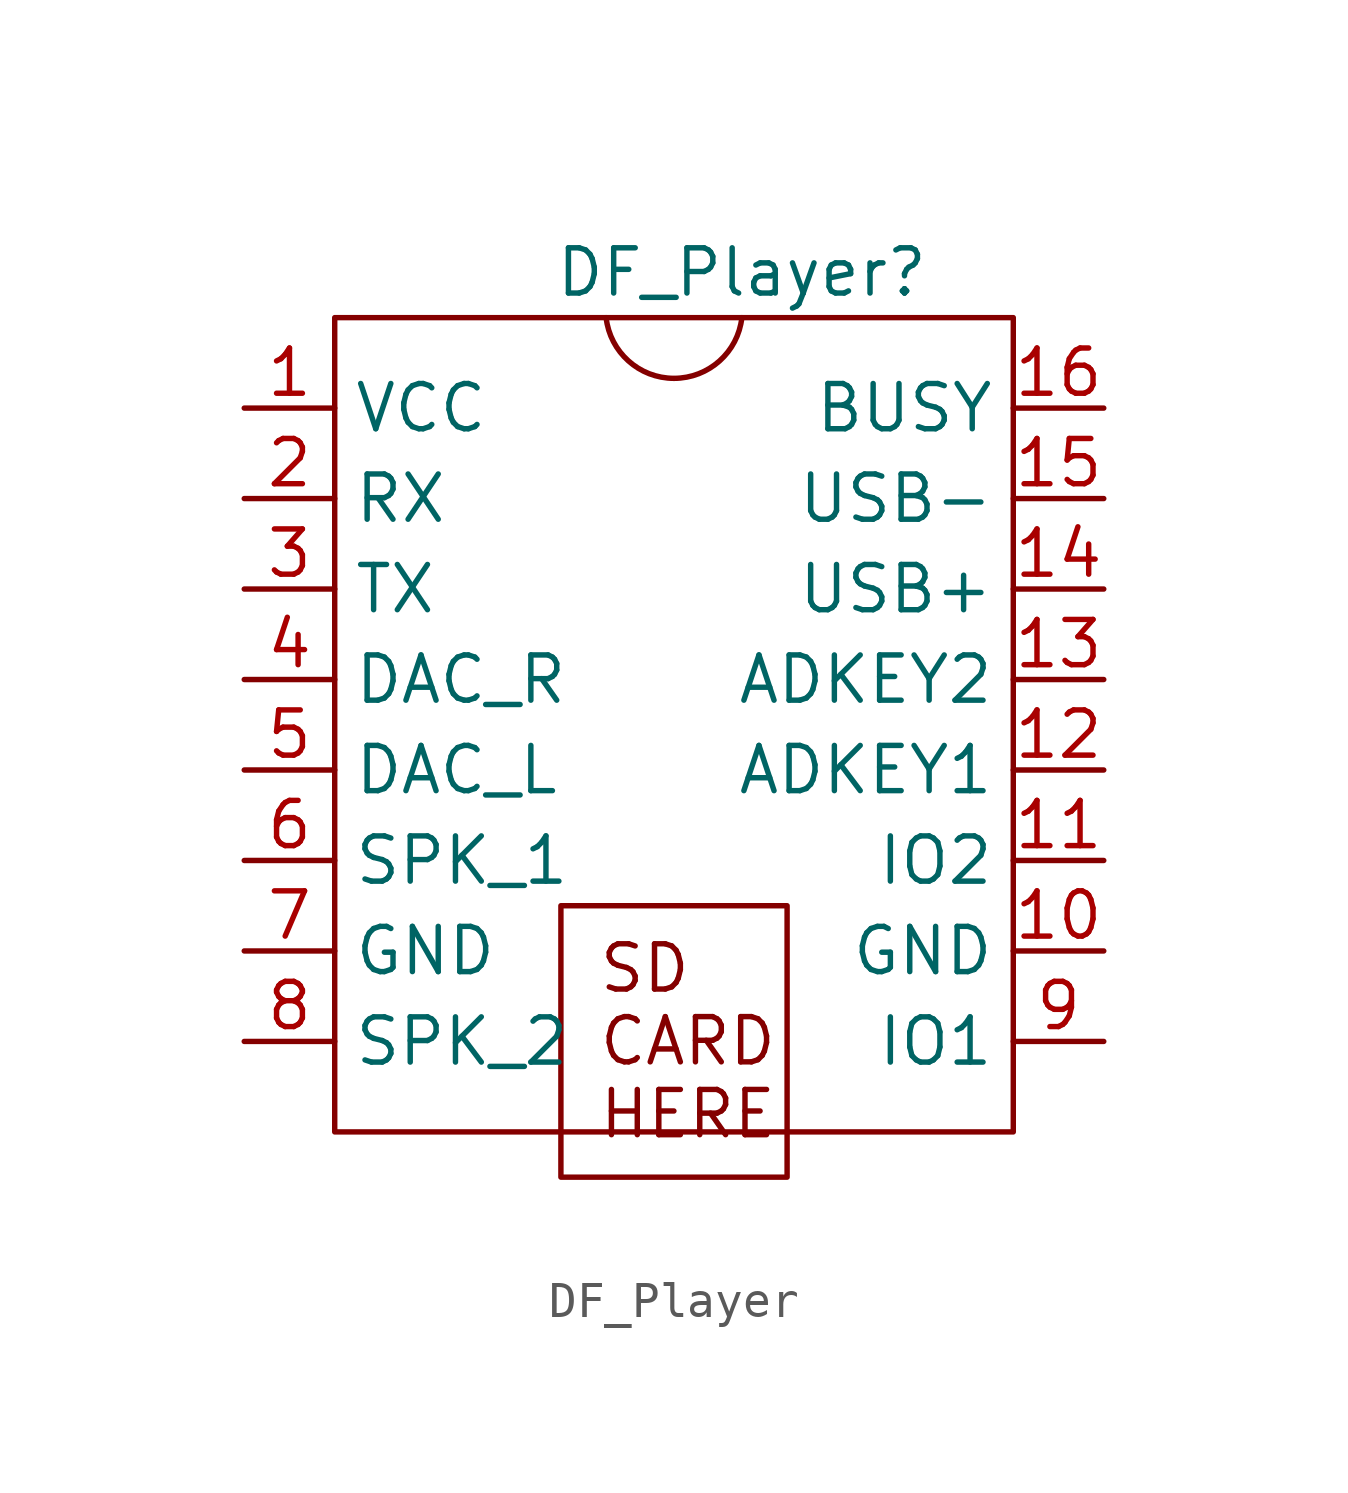
<source format=kicad_sym>
(kicad_symbol_lib
  (version 20220914)
  (generator kicad_symbol_editor)
  (symbol "DF_Player"
    (property "Reference" "DF_Player"
      (at 11.43 1.27 0)
      (effects (font (size 1.27 1.27))))
    (property "Value" ""
      (at 3.81 0 0)
      (effects (font (size 1.27 1.27))))
    (symbol "DF_Player_0_0"
      (text_box "SD CARD HERE" (at 6.35 -16.51 0) (size 6.35 -7.62) (stroke (width 0) (type default)) (fill (type none)) (effects (font (size 1.27 1.27)) (justify left top))))
    (symbol "DF_Player_0_1"
      (rectangle (start 0 0) (end 19.05 -22.86) (stroke (width 0) (type default)) (fill (type none)))
      (arc (start 7.62 0) (mid 9.525 -1.7037) (end 11.43 -0.0001) (stroke (width 0) (type default)) (fill (type none))))
    (symbol "DF_Player_1_1"
      (pin input line (at -2.54 -2.54 0) (length 2.54) (name "VCC" (effects (font (size 1.27 1.27)))) (number "1" (effects (font (size 1.27 1.27)))))
      (pin bidirectional line (at 21.59 -17.78 180) (length 2.54) (name "GND" (effects (font (size 1.27 1.27)))) (number "10" (effects (font (size 1.27 1.27)))))
      (pin bidirectional line (at 21.59 -15.24 180) (length 2.54) (name "IO2" (effects (font (size 1.27 1.27)))) (number "11" (effects (font (size 1.27 1.27)))))
      (pin bidirectional line (at 21.59 -12.7 180) (length 2.54) (name "ADKEY1" (effects (font (size 1.27 1.27)))) (number "12" (effects (font (size 1.27 1.27)))))
      (pin bidirectional line (at 21.59 -10.16 180) (length 2.54) (name "ADKEY2" (effects (font (size 1.27 1.27)))) (number "13" (effects (font (size 1.27 1.27)))))
      (pin bidirectional line (at 21.59 -7.62 180) (length 2.54) (name "USB+" (effects (font (size 1.27 1.27)))) (number "14" (effects (font (size 1.27 1.27)))))
      (pin bidirectional line (at 21.59 -5.08 180) (length 2.54) (name "USB-" (effects (font (size 1.27 1.27)))) (number "15" (effects (font (size 1.27 1.27)))))
      (pin bidirectional line (at 21.59 -2.54 180) (length 2.54) (name "BUSY" (effects (font (size 1.27 1.27)))) (number "16" (effects (font (size 1.27 1.27)))))
      (pin input line (at -2.54 -5.08 0) (length 2.54) (name "RX" (effects (font (size 1.27 1.27)))) (number "2" (effects (font (size 1.27 1.27)))))
      (pin input line (at -2.54 -7.62 0) (length 2.54) (name "TX" (effects (font (size 1.27 1.27)))) (number "3" (effects (font (size 1.27 1.27)))))
      (pin bidirectional line (at -2.54 -10.16 0) (length 2.54) (name "DAC_R" (effects (font (size 1.27 1.27)))) (number "4" (effects (font (size 1.27 1.27)))))
      (pin bidirectional line (at -2.54 -12.7 0) (length 2.54) (name "DAC_L" (effects (font (size 1.27 1.27)))) (number "5" (effects (font (size 1.27 1.27)))))
      (pin bidirectional line (at -2.54 -15.24 0) (length 2.54) (name "SPK_1" (effects (font (size 1.27 1.27)))) (number "6" (effects (font (size 1.27 1.27)))))
      (pin bidirectional line (at -2.54 -17.78 0) (length 2.54) (name "GND" (effects (font (size 1.27 1.27)))) (number "7" (effects (font (size 1.27 1.27)))))
      (pin bidirectional line (at -2.54 -20.32 0) (length 2.54) (name "SPK_2" (effects (font (size 1.27 1.27)))) (number "8" (effects (font (size 1.27 1.27)))))
      (pin bidirectional line (at 21.59 -20.32 180) (length 2.54) (name "IO1" (effects (font (size 1.27 1.27)))) (number "9" (effects (font (size 1.27 1.27))))))))
</source>
